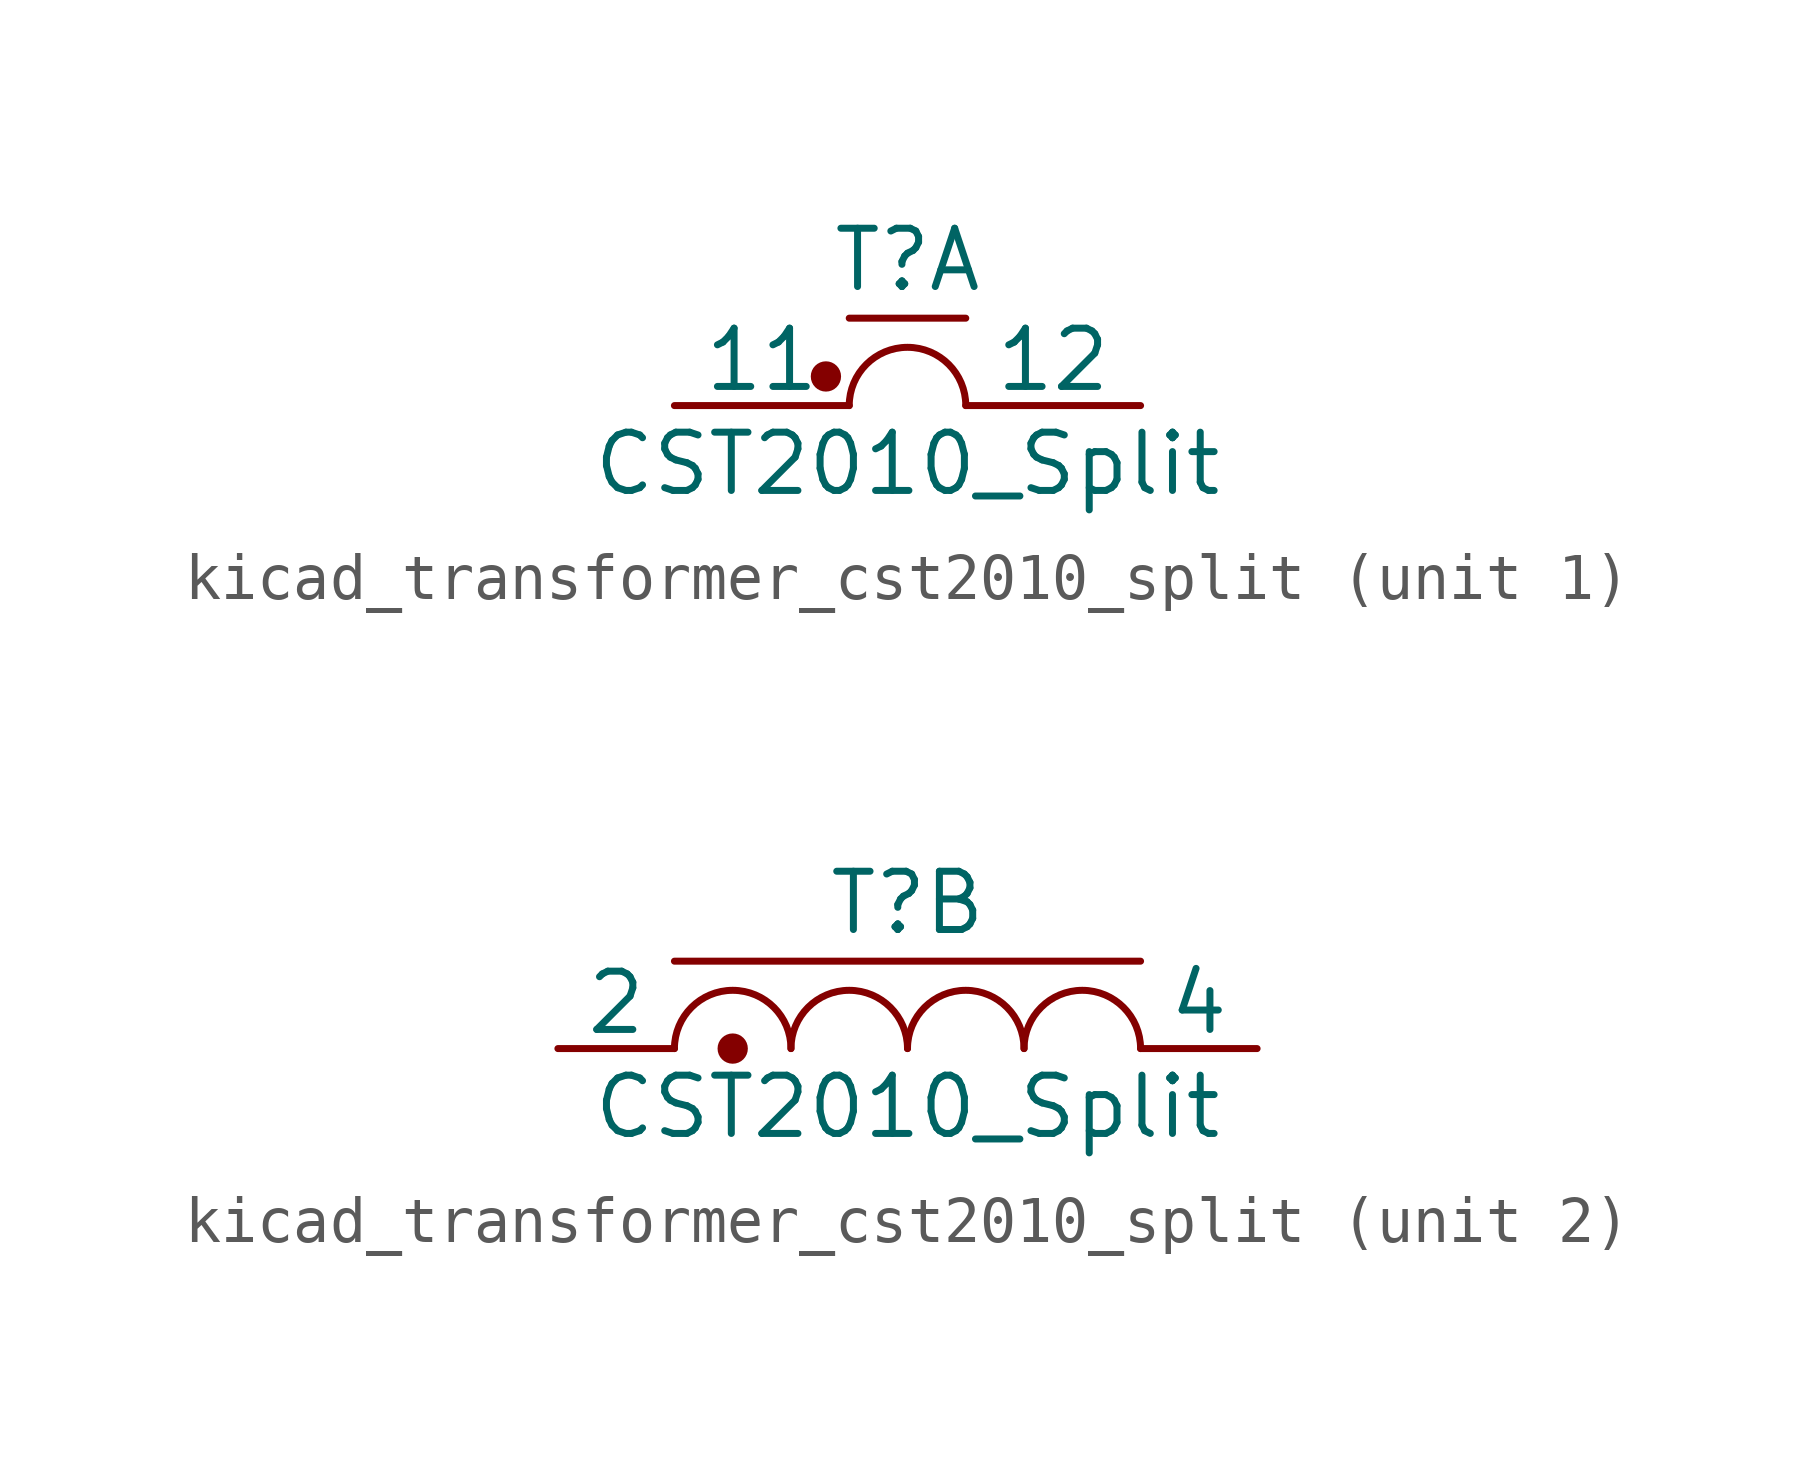
<source format=kicad_sym>
(kicad_symbol_lib
  (version 20220914)
  (generator kicad_symbol_editor)
  (symbol "kicad_transformer_cst2010_split"
    (pin_numbers hide)
    (pin_names
      (offset 0))
    (property "Reference" "T"
      (at 0 3.175 0)
      (effects (font (size 1.27 1.27))))
    (property "Value" "CST2010_Split"
      (at 0 -1.27 0)
      (effects (font (size 1.27 1.27))))
    (property "ki_locked" ""
      (at 0 0 0)
      (effects (font (size 1.27 1.27))))
    (symbol "kicad_transformer_cst2010_split_1_1"
      (circle (center -1.778 0.635) (radius 0.254) (stroke (width 0) (type default)) (fill (type outline)))
      (polyline (pts (xy -1.27 1.905) (xy 1.27 1.905)) (stroke (width 0) (type default)) (fill (type none)))
      (arc (start 1.27 0) (mid 0 1.2645) (end -1.27 0) (stroke (width 0) (type default)) (fill (type none)))
      (pin no_connect line (at -2.54 0 0) (length 2.54) hide (name "10" (effects (font (size 1.27 1.27)))) (number "10" (effects (font (size 1.27 1.27)))))
      (pin passive line (at -5.08 0 0) (length 3.81) (name "11" (effects (font (size 1.27 1.27)))) (number "11" (effects (font (size 1.27 1.27)))))
      (pin passive line (at 5.08 0 180) (length 3.81) (name "12" (effects (font (size 1.27 1.27)))) (number "12" (effects (font (size 1.27 1.27))))))
    (symbol "kicad_transformer_cst2010_split_2_1"
      (circle (center -3.81 0) (radius 0.254) (stroke (width 0) (type default)) (fill (type outline)))
      (arc (start -2.54 0) (mid -3.81 1.2645) (end -5.08 0) (stroke (width 0) (type default)) (fill (type none)))
      (arc (start 0 0) (mid -1.27 1.2645) (end -2.54 0) (stroke (width 0) (type default)) (fill (type none)))
      (polyline (pts (xy -5.08 1.905) (xy 5.08 1.905)) (stroke (width 0) (type default)) (fill (type none)))
      (arc (start 2.54 0) (mid 1.27 1.2645) (end 0 0) (stroke (width 0) (type default)) (fill (type none)))
      (arc (start 5.08 0) (mid 3.81 1.2645) (end 2.54 0) (stroke (width 0) (type default)) (fill (type none)))
      (pin no_connect line (at -5.08 0 0) (length 2.54) hide (name "1" (effects (font (size 1.27 1.27)))) (number "1" (effects (font (size 1.27 1.27)))))
      (pin passive line (at -7.62 0 0) (length 2.54) (name "2" (effects (font (size 1.27 1.27)))) (number "2" (effects (font (size 1.27 1.27)))))
      (pin no_connect line (at -2.54 0 0) (length 2.54) hide (name "3" (effects (font (size 1.27 1.27)))) (number "3" (effects (font (size 1.27 1.27)))))
      (pin passive line (at 7.62 0 180) (length 2.54) (name "4" (effects (font (size 1.27 1.27)))) (number "4" (effects (font (size 1.27 1.27)))))
      (pin no_connect line (at 0 0 0) (length 2.54) hide (name "5" (effects (font (size 1.27 1.27)))) (number "5" (effects (font (size 1.27 1.27)))))
      (pin no_connect line (at 2.54 0 0) (length 2.54) hide (name "6" (effects (font (size 1.27 1.27)))) (number "6" (effects (font (size 1.27 1.27)))))
      (pin no_connect line (at -2.54 2.54 0) (length 2.54) hide (name "7" (effects (font (size 1.27 1.27)))) (number "7" (effects (font (size 1.27 1.27)))))
      (pin no_connect line (at 0 2.54 0) (length 2.54) hide (name "8" (effects (font (size 1.27 1.27)))) (number "8" (effects (font (size 1.27 1.27)))))
      (pin no_connect line (at 2.54 2.54 0) (length 2.54) hide (name "9" (effects (font (size 1.27 1.27)))) (number "9" (effects (font (size 1.27 1.27))))))))
</source>
